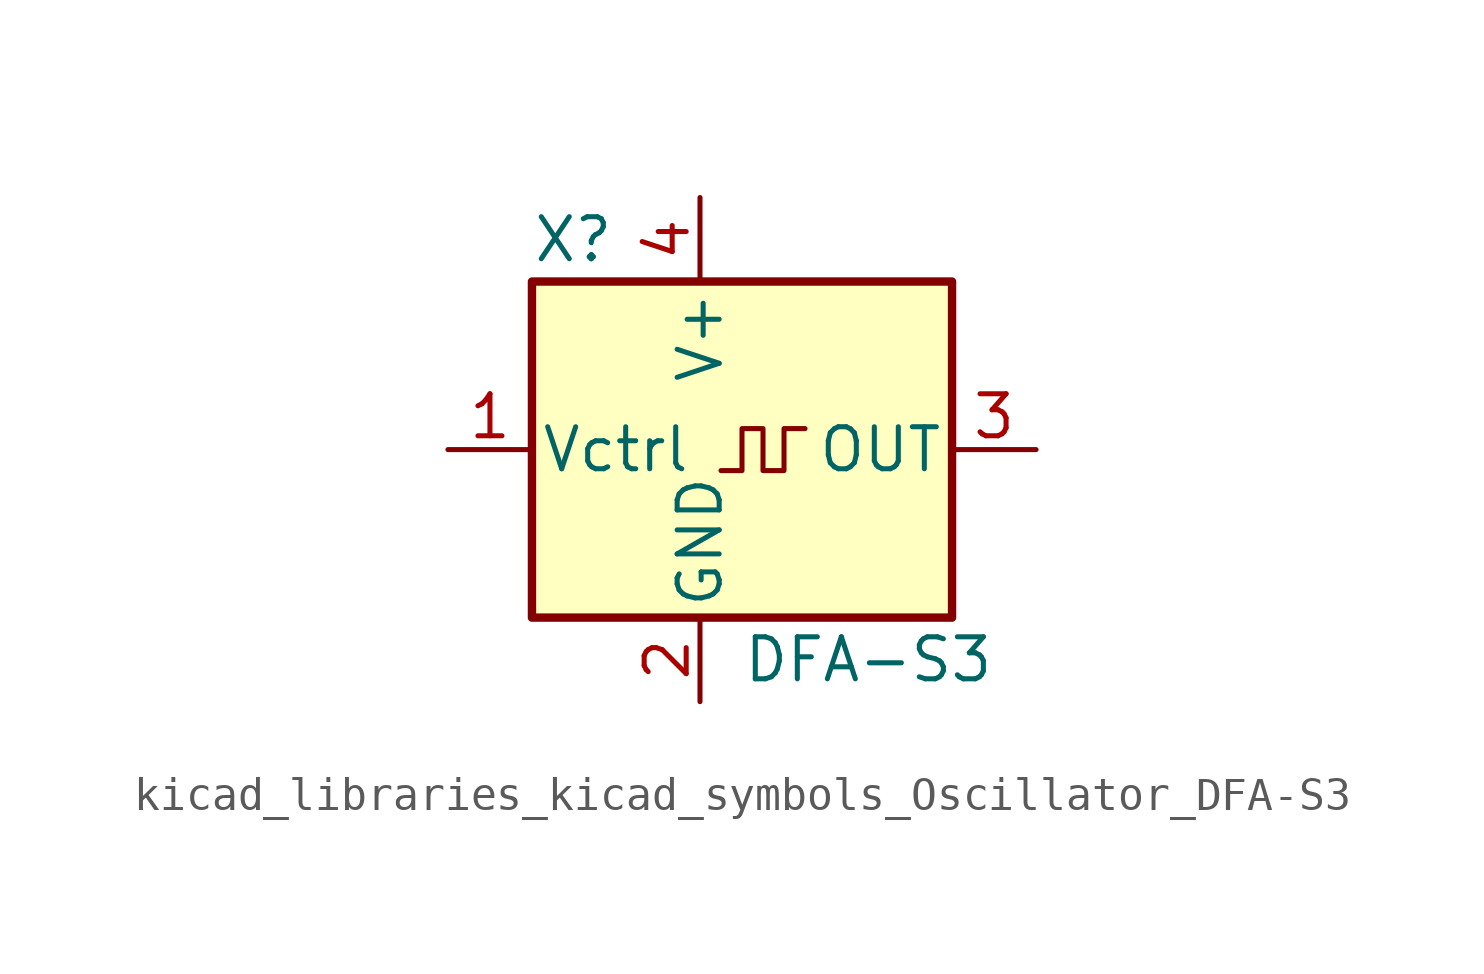
<source format=kicad_sym>
(kicad_symbol_lib
  (version 20220914)
  (generator kicad_symbol_editor)
  (symbol "kicad_libraries_kicad_symbols_Oscillator_DFA-S3"
    (pin_names
      (offset 0.254))
    (property "Reference" "X"
      (at -5.08 6.35 0)
      (effects (font (size 1.27 1.27)) (justify left)))
    (property "Value" "DFA-S3"
      (at 1.27 -6.35 0)
      (effects (font (size 1.27 1.27)) (justify left)))
    (symbol "kicad_libraries_kicad_symbols_Oscillator_DFA-S3_0_1"
      (rectangle (start -5.08 5.08) (end 7.62 -5.08) (stroke (width 0.254) (type default)) (fill (type background)))
      (polyline (pts (xy 0.635 -0.635) (xy 1.27 -0.635) (xy 1.27 0.635) (xy 1.905 0.635) (xy 1.905 -0.635) (xy 2.54 -0.635) (xy 2.54 0.635) (xy 3.175 0.635)) (stroke (width 0) (type default)) (fill (type none))))
    (symbol "kicad_libraries_kicad_symbols_Oscillator_DFA-S3_1_1"
      (pin input line (at -7.62 0 0) (length 2.54) (name "Vctrl" (effects (font (size 1.27 1.27)))) (number "1" (effects (font (size 1.27 1.27)))))
      (pin power_in line (at 0 -7.62 90) (length 2.54) (name "GND" (effects (font (size 1.27 1.27)))) (number "2" (effects (font (size 1.27 1.27)))))
      (pin output line (at 10.16 0 180) (length 2.54) (name "OUT" (effects (font (size 1.27 1.27)))) (number "3" (effects (font (size 1.27 1.27)))))
      (pin power_in line (at 0 7.62 270) (length 2.54) (name "V+" (effects (font (size 1.27 1.27)))) (number "4" (effects (font (size 1.27 1.27))))))))
</source>
